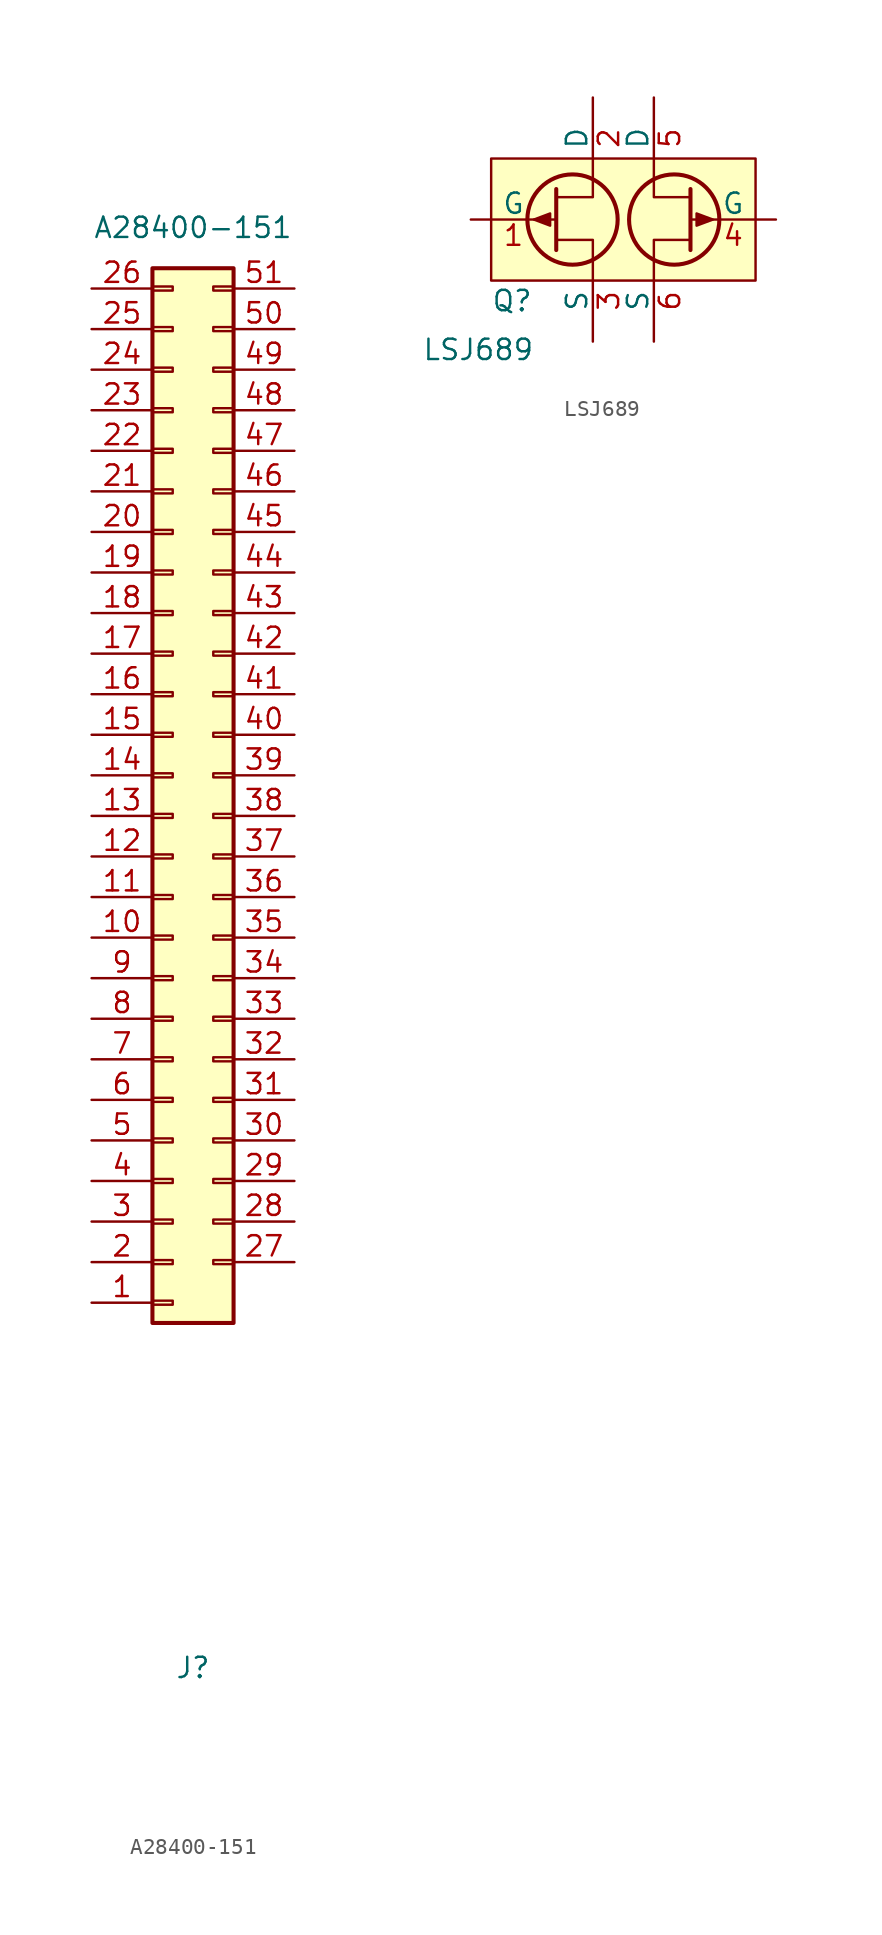
<source format=kicad_sym>
(kicad_symbol_lib
  (version 20231120)
  (generator "kicad_symbol_editor")
  (generator_version "8.0")
  (symbol "A28400-151"
    (pin_names
      (offset 1.016) hide)
    (property "Reference" "J"
      (at 0 -41.91 0)
      (effects (font (size 1.27 1.27))))
    (property "Value" "A28400-151"
      (at 0 48.26 0)
      (effects (font (size 1.27 1.27))))
    (symbol "A28400-151_1_1"
      (rectangle (start -2.54 -19.177) (end -1.27 -18.923) (stroke (width 0.152) (type default)) (fill (type none)))
      (rectangle (start -2.54 -16.637) (end -1.27 -16.383) (stroke (width 0.152) (type default)) (fill (type none)))
      (rectangle (start -2.54 -14.097) (end -1.27 -13.843) (stroke (width 0.152) (type default)) (fill (type none)))
      (rectangle (start -2.54 -11.557) (end -1.27 -11.303) (stroke (width 0.152) (type default)) (fill (type none)))
      (rectangle (start -2.54 -9.017) (end -1.27 -8.763) (stroke (width 0.152) (type default)) (fill (type none)))
      (rectangle (start -2.54 -6.477) (end -1.27 -6.223) (stroke (width 0.152) (type default)) (fill (type none)))
      (rectangle (start -2.54 -3.937) (end -1.27 -3.683) (stroke (width 0.152) (type default)) (fill (type none)))
      (rectangle (start -2.54 -1.397) (end -1.27 -1.143) (stroke (width 0.152) (type default)) (fill (type none)))
      (rectangle (start -2.54 1.143) (end -1.27 1.397) (stroke (width 0.152) (type default)) (fill (type none)))
      (rectangle (start -2.54 3.683) (end -1.27 3.937) (stroke (width 0.152) (type default)) (fill (type none)))
      (rectangle (start -2.54 6.223) (end -1.27 6.477) (stroke (width 0.152) (type default)) (fill (type none)))
      (rectangle (start -2.54 8.763) (end -1.27 9.017) (stroke (width 0.152) (type default)) (fill (type none)))
      (rectangle (start -2.54 11.303) (end -1.27 11.557) (stroke (width 0.152) (type default)) (fill (type none)))
      (rectangle (start -2.54 13.843) (end -1.27 14.097) (stroke (width 0.152) (type default)) (fill (type none)))
      (rectangle (start -2.54 16.383) (end -1.27 16.637) (stroke (width 0.152) (type default)) (fill (type none)))
      (rectangle (start -2.54 18.923) (end -1.27 19.177) (stroke (width 0.152) (type default)) (fill (type none)))
      (rectangle (start -2.54 21.463) (end -1.27 21.717) (stroke (width 0.152) (type default)) (fill (type none)))
      (rectangle (start -2.54 24.003) (end -1.27 24.257) (stroke (width 0.152) (type default)) (fill (type none)))
      (rectangle (start -2.54 26.543) (end -1.27 26.797) (stroke (width 0.152) (type default)) (fill (type none)))
      (rectangle (start -2.54 29.083) (end -1.27 29.337) (stroke (width 0.152) (type default)) (fill (type none)))
      (rectangle (start -2.54 31.623) (end -1.27 31.877) (stroke (width 0.152) (type default)) (fill (type none)))
      (rectangle (start -2.54 34.163) (end -1.27 34.417) (stroke (width 0.152) (type default)) (fill (type none)))
      (rectangle (start -2.54 36.703) (end -1.27 36.957) (stroke (width 0.152) (type default)) (fill (type none)))
      (rectangle (start -2.54 39.243) (end -1.27 39.497) (stroke (width 0.152) (type default)) (fill (type none)))
      (rectangle (start -2.54 41.783) (end -1.27 42.037) (stroke (width 0.152) (type default)) (fill (type none)))
      (rectangle (start -2.54 44.323) (end -1.27 44.577) (stroke (width 0.152) (type default)) (fill (type none)))
      (rectangle (start -2.54 45.72) (end 2.54 -20.32) (stroke (width 0.254) (type default)) (fill (type background)))
      (rectangle (start 2.54 -16.637) (end 1.27 -16.383) (stroke (width 0.152) (type default)) (fill (type none)))
      (rectangle (start 2.54 -14.097) (end 1.27 -13.843) (stroke (width 0.152) (type default)) (fill (type none)))
      (rectangle (start 2.54 -11.557) (end 1.27 -11.303) (stroke (width 0.152) (type default)) (fill (type none)))
      (rectangle (start 2.54 -9.017) (end 1.27 -8.763) (stroke (width 0.152) (type default)) (fill (type none)))
      (rectangle (start 2.54 -6.477) (end 1.27 -6.223) (stroke (width 0.152) (type default)) (fill (type none)))
      (rectangle (start 2.54 -3.937) (end 1.27 -3.683) (stroke (width 0.152) (type default)) (fill (type none)))
      (rectangle (start 2.54 -1.397) (end 1.27 -1.143) (stroke (width 0.152) (type default)) (fill (type none)))
      (rectangle (start 2.54 1.143) (end 1.27 1.397) (stroke (width 0.152) (type default)) (fill (type none)))
      (rectangle (start 2.54 3.683) (end 1.27 3.937) (stroke (width 0.152) (type default)) (fill (type none)))
      (rectangle (start 2.54 6.223) (end 1.27 6.477) (stroke (width 0.152) (type default)) (fill (type none)))
      (rectangle (start 2.54 8.763) (end 1.27 9.017) (stroke (width 0.152) (type default)) (fill (type none)))
      (rectangle (start 2.54 11.303) (end 1.27 11.557) (stroke (width 0.152) (type default)) (fill (type none)))
      (rectangle (start 2.54 13.843) (end 1.27 14.097) (stroke (width 0.152) (type default)) (fill (type none)))
      (rectangle (start 2.54 16.383) (end 1.27 16.637) (stroke (width 0.152) (type default)) (fill (type none)))
      (rectangle (start 2.54 18.923) (end 1.27 19.177) (stroke (width 0.152) (type default)) (fill (type none)))
      (rectangle (start 2.54 21.463) (end 1.27 21.717) (stroke (width 0.152) (type default)) (fill (type none)))
      (rectangle (start 2.54 24.003) (end 1.27 24.257) (stroke (width 0.152) (type default)) (fill (type none)))
      (rectangle (start 2.54 26.543) (end 1.27 26.797) (stroke (width 0.152) (type default)) (fill (type none)))
      (rectangle (start 2.54 29.083) (end 1.27 29.337) (stroke (width 0.152) (type default)) (fill (type none)))
      (rectangle (start 2.54 31.623) (end 1.27 31.877) (stroke (width 0.152) (type default)) (fill (type none)))
      (rectangle (start 2.54 34.163) (end 1.27 34.417) (stroke (width 0.152) (type default)) (fill (type none)))
      (rectangle (start 2.54 36.703) (end 1.27 36.957) (stroke (width 0.152) (type default)) (fill (type none)))
      (rectangle (start 2.54 39.243) (end 1.27 39.497) (stroke (width 0.152) (type default)) (fill (type none)))
      (rectangle (start 2.54 41.783) (end 1.27 42.037) (stroke (width 0.152) (type default)) (fill (type none)))
      (rectangle (start 2.54 44.323) (end 1.27 44.577) (stroke (width 0.152) (type default)) (fill (type none)))
      (pin passive line (at -6.35 -19.05 0) (length 3.81) (name "Pin_1" (effects (font (size 1.27 1.27)))) (number "1" (effects (font (size 1.27 1.27)))))
      (pin passive line (at -6.35 3.81 0) (length 3.81) (name "Pin_10" (effects (font (size 1.27 1.27)))) (number "10" (effects (font (size 1.27 1.27)))))
      (pin passive line (at -6.35 6.35 0) (length 3.81) (name "Pin_11" (effects (font (size 1.27 1.27)))) (number "11" (effects (font (size 1.27 1.27)))))
      (pin passive line (at -6.35 8.89 0) (length 3.81) (name "Pin_12" (effects (font (size 1.27 1.27)))) (number "12" (effects (font (size 1.27 1.27)))))
      (pin passive line (at -6.35 11.43 0) (length 3.81) (name "Pin_13" (effects (font (size 1.27 1.27)))) (number "13" (effects (font (size 1.27 1.27)))))
      (pin passive line (at -6.35 13.97 0) (length 3.81) (name "Pin_14" (effects (font (size 1.27 1.27)))) (number "14" (effects (font (size 1.27 1.27)))))
      (pin passive line (at -6.35 16.51 0) (length 3.81) (name "Pin_15" (effects (font (size 1.27 1.27)))) (number "15" (effects (font (size 1.27 1.27)))))
      (pin passive line (at -6.35 19.05 0) (length 3.81) (name "Pin_16" (effects (font (size 1.27 1.27)))) (number "16" (effects (font (size 1.27 1.27)))))
      (pin passive line (at -6.35 21.59 0) (length 3.81) (name "Pin_17" (effects (font (size 1.27 1.27)))) (number "17" (effects (font (size 1.27 1.27)))))
      (pin passive line (at -6.35 24.13 0) (length 3.81) (name "Pin_18" (effects (font (size 1.27 1.27)))) (number "18" (effects (font (size 1.27 1.27)))))
      (pin passive line (at -6.35 26.67 0) (length 3.81) (name "Pin_19" (effects (font (size 1.27 1.27)))) (number "19" (effects (font (size 1.27 1.27)))))
      (pin passive line (at -6.35 -16.51 0) (length 3.81) (name "Pin_2" (effects (font (size 1.27 1.27)))) (number "2" (effects (font (size 1.27 1.27)))))
      (pin passive line (at -6.35 29.21 0) (length 3.81) (name "Pin_20" (effects (font (size 1.27 1.27)))) (number "20" (effects (font (size 1.27 1.27)))))
      (pin passive line (at -6.35 31.75 0) (length 3.81) (name "Pin_21" (effects (font (size 1.27 1.27)))) (number "21" (effects (font (size 1.27 1.27)))))
      (pin passive line (at -6.35 34.29 0) (length 3.81) (name "Pin_22" (effects (font (size 1.27 1.27)))) (number "22" (effects (font (size 1.27 1.27)))))
      (pin passive line (at -6.35 36.83 0) (length 3.81) (name "Pin_23" (effects (font (size 1.27 1.27)))) (number "23" (effects (font (size 1.27 1.27)))))
      (pin passive line (at -6.35 39.37 0) (length 3.81) (name "Pin_24" (effects (font (size 1.27 1.27)))) (number "24" (effects (font (size 1.27 1.27)))))
      (pin passive line (at -6.35 41.91 0) (length 3.81) (name "Pin_25" (effects (font (size 1.27 1.27)))) (number "25" (effects (font (size 1.27 1.27)))))
      (pin passive line (at -6.35 44.45 0) (length 3.81) (name "Pin_26" (effects (font (size 1.27 1.27)))) (number "26" (effects (font (size 1.27 1.27)))))
      (pin passive line (at 6.35 -16.51 180) (length 3.81) (name "Pin_27" (effects (font (size 1.27 1.27)))) (number "27" (effects (font (size 1.27 1.27)))))
      (pin passive line (at 6.35 -13.97 180) (length 3.81) (name "Pin_28" (effects (font (size 1.27 1.27)))) (number "28" (effects (font (size 1.27 1.27)))))
      (pin passive line (at 6.35 -11.43 180) (length 3.81) (name "Pin_29" (effects (font (size 1.27 1.27)))) (number "29" (effects (font (size 1.27 1.27)))))
      (pin passive line (at -6.35 -13.97 0) (length 3.81) (name "Pin_3" (effects (font (size 1.27 1.27)))) (number "3" (effects (font (size 1.27 1.27)))))
      (pin passive line (at 6.35 -8.89 180) (length 3.81) (name "Pin_30" (effects (font (size 1.27 1.27)))) (number "30" (effects (font (size 1.27 1.27)))))
      (pin passive line (at 6.35 -6.35 180) (length 3.81) (name "Pin_31" (effects (font (size 1.27 1.27)))) (number "31" (effects (font (size 1.27 1.27)))))
      (pin passive line (at 6.35 -3.81 180) (length 3.81) (name "Pin_32" (effects (font (size 1.27 1.27)))) (number "32" (effects (font (size 1.27 1.27)))))
      (pin passive line (at 6.35 -1.27 180) (length 3.81) (name "Pin_33" (effects (font (size 1.27 1.27)))) (number "33" (effects (font (size 1.27 1.27)))))
      (pin passive line (at 6.35 1.27 180) (length 3.81) (name "Pin_34" (effects (font (size 1.27 1.27)))) (number "34" (effects (font (size 1.27 1.27)))))
      (pin passive line (at 6.35 3.81 180) (length 3.81) (name "Pin_35" (effects (font (size 1.27 1.27)))) (number "35" (effects (font (size 1.27 1.27)))))
      (pin passive line (at 6.35 6.35 180) (length 3.81) (name "Pin_36" (effects (font (size 1.27 1.27)))) (number "36" (effects (font (size 1.27 1.27)))))
      (pin passive line (at 6.35 8.89 180) (length 3.81) (name "Pin_37" (effects (font (size 1.27 1.27)))) (number "37" (effects (font (size 1.27 1.27)))))
      (pin passive line (at 6.35 11.43 180) (length 3.81) (name "Pin_38" (effects (font (size 1.27 1.27)))) (number "38" (effects (font (size 1.27 1.27)))))
      (pin passive line (at 6.35 13.97 180) (length 3.81) (name "Pin_39" (effects (font (size 1.27 1.27)))) (number "39" (effects (font (size 1.27 1.27)))))
      (pin passive line (at -6.35 -11.43 0) (length 3.81) (name "Pin_4" (effects (font (size 1.27 1.27)))) (number "4" (effects (font (size 1.27 1.27)))))
      (pin passive line (at 6.35 16.51 180) (length 3.81) (name "Pin_40" (effects (font (size 1.27 1.27)))) (number "40" (effects (font (size 1.27 1.27)))))
      (pin passive line (at 6.35 19.05 180) (length 3.81) (name "Pin_41" (effects (font (size 1.27 1.27)))) (number "41" (effects (font (size 1.27 1.27)))))
      (pin passive line (at 6.35 21.59 180) (length 3.81) (name "Pin_42" (effects (font (size 1.27 1.27)))) (number "42" (effects (font (size 1.27 1.27)))))
      (pin passive line (at 6.35 24.13 180) (length 3.81) (name "Pin_43" (effects (font (size 1.27 1.27)))) (number "43" (effects (font (size 1.27 1.27)))))
      (pin passive line (at 6.35 26.67 180) (length 3.81) (name "Pin_44" (effects (font (size 1.27 1.27)))) (number "44" (effects (font (size 1.27 1.27)))))
      (pin passive line (at 6.35 29.21 180) (length 3.81) (name "Pin_45" (effects (font (size 1.27 1.27)))) (number "45" (effects (font (size 1.27 1.27)))))
      (pin passive line (at 6.35 31.75 180) (length 3.81) (name "Pin_46" (effects (font (size 1.27 1.27)))) (number "46" (effects (font (size 1.27 1.27)))))
      (pin passive line (at 6.35 34.29 180) (length 3.81) (name "Pin_47" (effects (font (size 1.27 1.27)))) (number "47" (effects (font (size 1.27 1.27)))))
      (pin passive line (at 6.35 36.83 180) (length 3.81) (name "Pin_48" (effects (font (size 1.27 1.27)))) (number "48" (effects (font (size 1.27 1.27)))))
      (pin passive line (at 6.35 39.37 180) (length 3.81) (name "Pin_49" (effects (font (size 1.27 1.27)))) (number "49" (effects (font (size 1.27 1.27)))))
      (pin passive line (at -6.35 -8.89 0) (length 3.81) (name "Pin_5" (effects (font (size 1.27 1.27)))) (number "5" (effects (font (size 1.27 1.27)))))
      (pin passive line (at 6.35 41.91 180) (length 3.81) (name "Pin_50" (effects (font (size 1.27 1.27)))) (number "50" (effects (font (size 1.27 1.27)))))
      (pin passive line (at 6.35 44.45 180) (length 3.81) (name "Pin_51" (effects (font (size 1.27 1.27)))) (number "51" (effects (font (size 1.27 1.27)))))
      (pin passive line (at -6.35 -6.35 0) (length 3.81) (name "Pin_6" (effects (font (size 1.27 1.27)))) (number "6" (effects (font (size 1.27 1.27)))))
      (pin passive line (at -6.35 -3.81 0) (length 3.81) (name "Pin_7" (effects (font (size 1.27 1.27)))) (number "7" (effects (font (size 1.27 1.27)))))
      (pin passive line (at -6.35 -1.27 0) (length 3.81) (name "Pin_8" (effects (font (size 1.27 1.27)))) (number "8" (effects (font (size 1.27 1.27)))))
      (pin passive line (at -6.35 1.27 0) (length 3.81) (name "Pin_9" (effects (font (size 1.27 1.27)))) (number "9" (effects (font (size 1.27 1.27)))))))
  (symbol "LSJ689"
    (pin_names
      (offset 0))
    (property "Reference" "Q"
      (at -8.89 -5.08 0)
      (effects (font (size 1.27 1.27)) (justify left)))
    (property "Value" "LSJ689"
      (at -13.208 -8.128 0)
      (effects (font (size 1.27 1.27)) (justify left)))
    (symbol "LSJ689_0_1"
      (circle (center -3.81 0) (radius 2.819) (stroke (width 0.254) (type default)) (fill (type none)))
      (polyline (pts (xy -4.826 1.905) (xy -4.826 -1.905) (xy -4.826 -1.905)) (stroke (width 0.254) (type default)) (fill (type none)))
      (polyline (pts (xy -2.54 -2.54) (xy -2.54 -1.27) (xy -4.826 -1.27)) (stroke (width 0) (type default)) (fill (type none)))
      (polyline (pts (xy -2.54 2.54) (xy -2.54 1.397) (xy -4.826 1.397)) (stroke (width 0) (type default)) (fill (type none)))
      (polyline (pts (xy 1.27 -2.54) (xy 1.27 -1.27) (xy 3.556 -1.27)) (stroke (width 0) (type default)) (fill (type none)))
      (polyline (pts (xy 1.27 2.54) (xy 1.27 1.397) (xy 3.556 1.397)) (stroke (width 0) (type default)) (fill (type none)))
      (polyline (pts (xy 3.556 1.905) (xy 3.556 -1.905) (xy 3.556 -1.905)) (stroke (width 0.254) (type default)) (fill (type none)))
      (polyline (pts (xy -6.223 0) (xy -5.207 0.381) (xy -5.207 -0.381) (xy -6.223 0)) (stroke (width 0) (type default)) (fill (type outline)))
      (polyline (pts (xy 4.953 0) (xy 3.937 0.381) (xy 3.937 -0.381) (xy 4.953 0)) (stroke (width 0) (type default)) (fill (type outline)))
      (circle (center 2.54 0) (radius 2.819) (stroke (width 0.254) (type default)) (fill (type none))))
    (symbol "LSJ689_1_1"
      (rectangle (start -8.89 3.81) (end 7.62 -3.81) (stroke (width 0) (type default)) (fill (type background)))
      (pin input line (at -10.16 0 0) (length 5.334) (name "G" (effects (font (size 1.27 1.27)))) (number "1" (effects (font (size 1.27 1.27)))))
      (pin passive line (at -2.54 7.62 270) (length 5.08) (name "D" (effects (font (size 1.27 1.27)))) (number "2" (effects (font (size 1.27 1.27)))))
      (pin passive line (at -2.54 -7.62 90) (length 5.08) (name "S" (effects (font (size 1.27 1.27)))) (number "3" (effects (font (size 1.27 1.27)))))
      (pin input line (at 8.89 0 180) (length 5.334) (name "G" (effects (font (size 1.27 1.27)))) (number "4" (effects (font (size 1.27 1.27)))))
      (pin passive line (at 1.27 7.62 270) (length 5.08) (name "D" (effects (font (size 1.27 1.27)))) (number "5" (effects (font (size 1.27 1.27)))))
      (pin passive line (at 1.27 -7.62 90) (length 5.08) (name "S" (effects (font (size 1.27 1.27)))) (number "6" (effects (font (size 1.27 1.27))))))))
</source>
